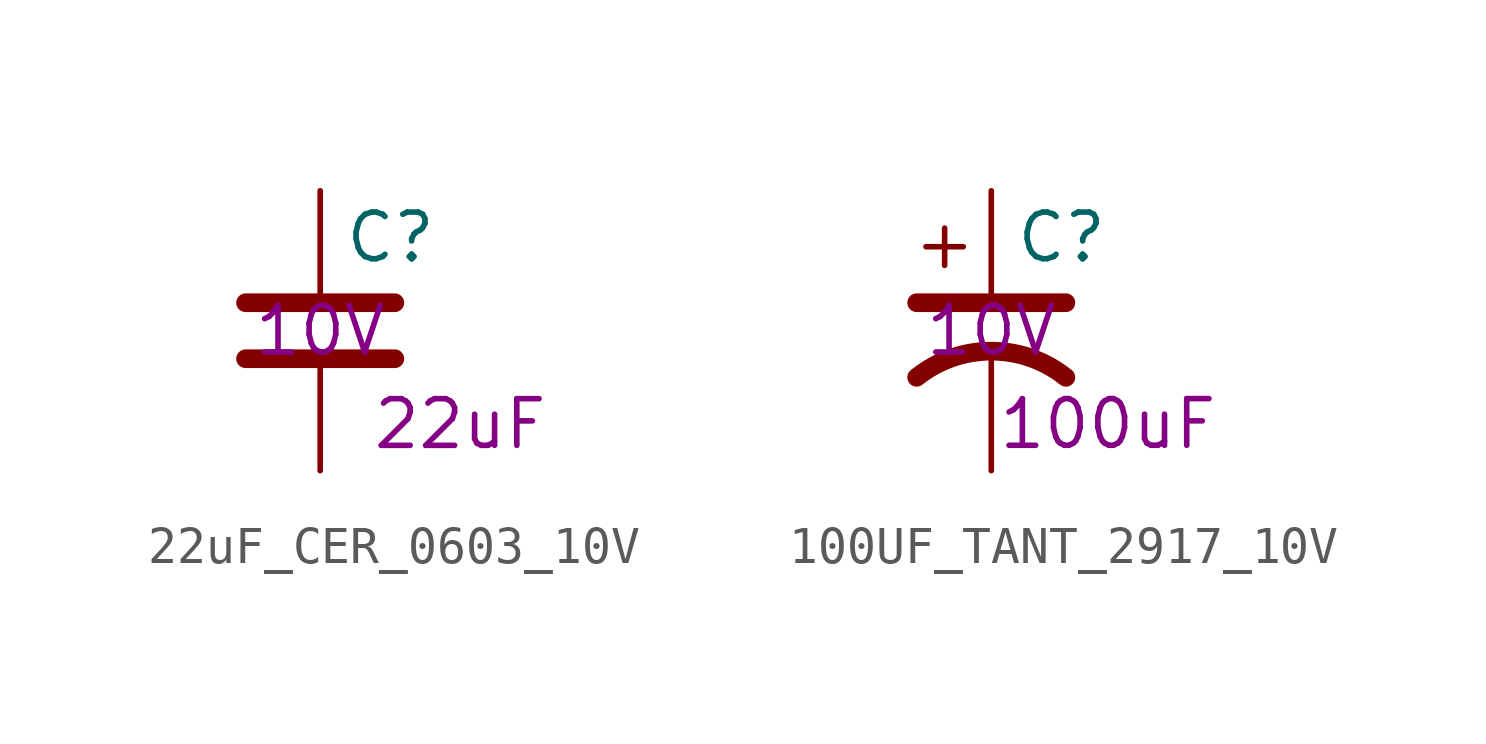
<source format=kicad_sym>
(kicad_symbol_lib
  (version 20211014)
  (generator kicad_symbol_editor)
  (symbol "22uF_CER_0603_10V"
    (pin_numbers hide)
    (pin_names
      (offset 0.254))
    (property "Reference" "C"
      (at 0.635 2.54 0)
      (effects (font (size 1.27 1.27)) (justify left)))
    (property "Capacitance" "22uF"
      (at 3.81 -2.54 0)
      (effects (font (size 1.27 1.27))))
    (property "Voltage Rating" "10V"
      (at 0 0 0)
      (effects (font (size 1.27 1.27))))
    (symbol "22uF_CER_0603_10V_0_1"
      (polyline (pts (xy -2.032 -0.762) (xy 2.032 -0.762)) (stroke (width 0.508) (type default) (color 0 0 0 0)) (fill (type none)))
      (polyline (pts (xy -2.032 0.762) (xy 2.032 0.762)) (stroke (width 0.508) (type default) (color 0 0 0 0)) (fill (type none))))
    (symbol "22uF_CER_0603_10V_1_1"
      (pin passive line (at 0 3.81 270) (length 2.794) (name "~" (effects (font (size 1.27 1.27)))) (number "1" (effects (font (size 1.27 1.27)))))
      (pin passive line (at 0 -3.81 90) (length 2.794) (name "~" (effects (font (size 1.27 1.27)))) (number "2" (effects (font (size 1.27 1.27)))))))
  (symbol "100UF_TANT_2917_10V"
    (pin_numbers hide)
    (pin_names
      (offset 0.254) hide)
    (property "Reference" "C"
      (at 0.635 2.54 0)
      (effects (font (size 1.27 1.27)) (justify left)))
    (property "Capacitance" "100uF"
      (at 3.175 -2.54 0)
      (effects (font (size 1.27 1.27))))
    (property "Voltage Rating" "10V"
      (at 0 0 0)
      (effects (font (size 1.27 1.27))))
    (symbol "100UF_TANT_2917_10V_0_1"
      (polyline (pts (xy -2.032 0.762) (xy 2.032 0.762)) (stroke (width 0.508) (type default) (color 0 0 0 0)) (fill (type none)))
      (polyline (pts (xy -1.778 2.286) (xy -0.762 2.286)) (stroke (width 0) (type default) (color 0 0 0 0)) (fill (type none)))
      (polyline (pts (xy -1.27 1.778) (xy -1.27 2.794)) (stroke (width 0) (type default) (color 0 0 0 0)) (fill (type none)))
      (arc (start 2.032 -1.27) (mid 0 -0.5572) (end -2.032 -1.27) (stroke (width 0.508) (type default) (color 0 0 0 0)) (fill (type none))))
    (symbol "100UF_TANT_2917_10V_1_1"
      (pin passive line (at 0 3.81 270) (length 2.794) (name "~" (effects (font (size 1.27 1.27)))) (number "1" (effects (font (size 1.27 1.27)))))
      (pin passive line (at 0 -3.81 90) (length 3.302) (name "~" (effects (font (size 1.27 1.27)))) (number "2" (effects (font (size 1.27 1.27))))))))
</source>
